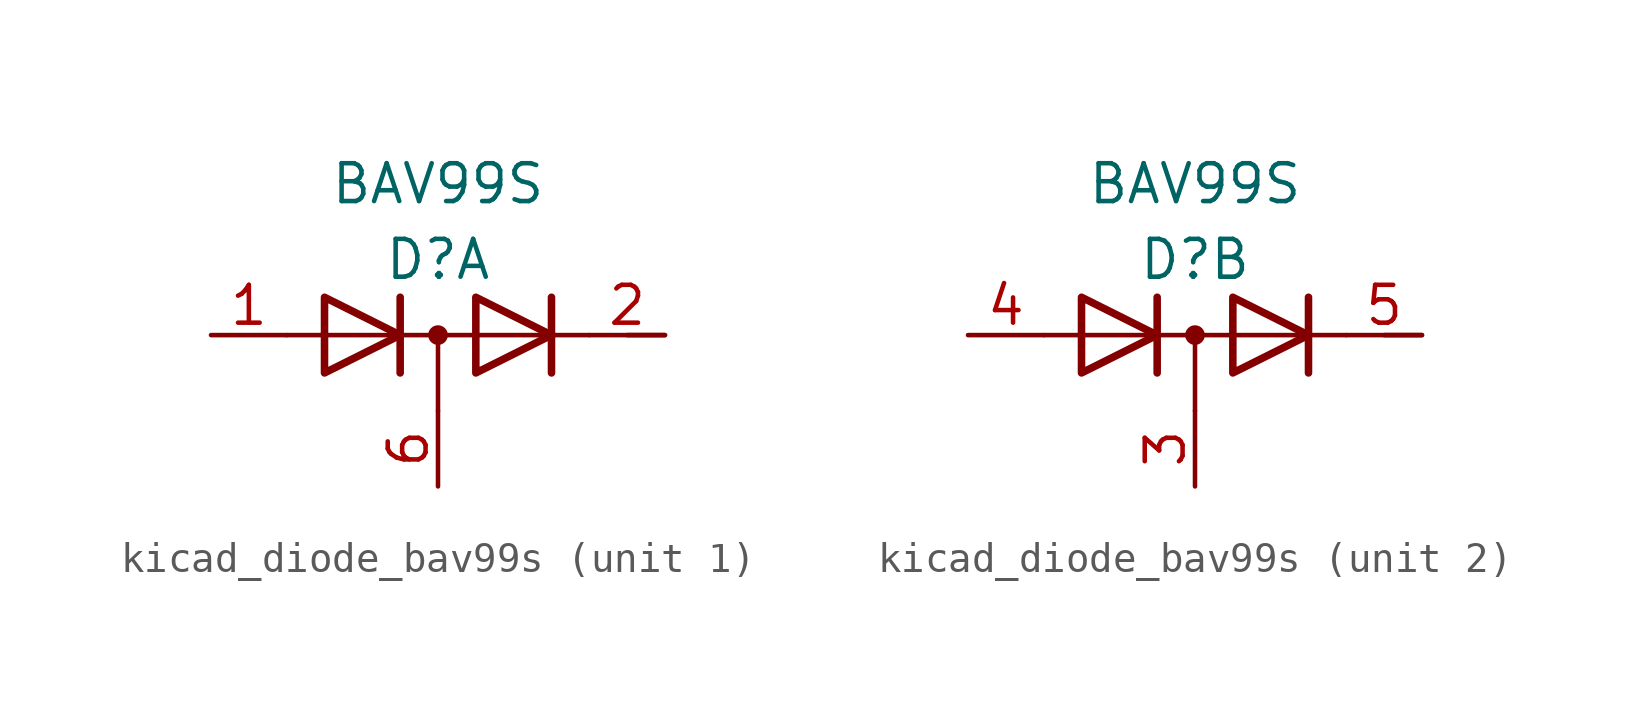
<source format=kicad_sym>
(kicad_symbol_lib
  (version 20220914)
  (generator kicad_symbol_editor)
  (symbol "kicad_diode_bav99s"
    (pin_names
      (offset 0.025) hide)
    (property "Reference" "D"
      (at 0 2.54 0)
      (effects (font (size 1.27 1.27))))
    (property "Value" "BAV99S"
      (at 0 5.08 0)
      (effects (font (size 1.27 1.27))))
    (property "ki_locked" ""
      (at 0 0 0)
      (effects (font (size 1.27 1.27))))
    (symbol "kicad_diode_bav99s_0_1"
      (polyline (pts (xy -5.08 0) (xy 5.08 0)) (stroke (width 0) (type default)) (fill (type none)))
      (polyline (pts (xy 0 0) (xy 0 -2.54)) (stroke (width 0) (type default)) (fill (type none)))
      (polyline (pts (xy -1.27 -1.27) (xy -1.27 1.27) (xy -1.27 1.27)) (stroke (width 0.254) (type default)) (fill (type none)))
      (polyline (pts (xy 3.81 1.27) (xy 3.81 -1.27) (xy 3.81 -1.27)) (stroke (width 0.254) (type default)) (fill (type none)))
      (polyline (pts (xy -3.81 1.27) (xy -1.27 0) (xy -3.81 -1.27) (xy -3.81 1.27) (xy -3.81 1.27) (xy -3.81 1.27)) (stroke (width 0.254) (type default)) (fill (type none)))
      (polyline (pts (xy 1.27 1.27) (xy 3.81 0) (xy 1.27 -1.27) (xy 1.27 1.27) (xy 1.27 1.27) (xy 1.27 1.27)) (stroke (width 0.254) (type default)) (fill (type none)))
      (circle (center 0 0) (radius 0.254) (stroke (width 0) (type default)) (fill (type outline))))
    (symbol "kicad_diode_bav99s_1_1"
      (polyline (pts (xy 6.35 0) (xy 7.62 0)) (stroke (width 0) (type default)) (fill (type none)))
      (pin passive line (at -7.62 0 0) (length 2.54) (name "A1" (effects (font (size 1.27 1.27)))) (number "1" (effects (font (size 1.27 1.27)))))
      (pin passive line (at 7.62 0 180) (length 2.54) (name "K2" (effects (font (size 1.27 1.27)))) (number "2" (effects (font (size 1.27 1.27)))))
      (pin passive line (at 0 -5.08 90) (length 2.54) (name "K3A4" (effects (font (size 1.27 1.27)))) (number "6" (effects (font (size 1.27 1.27))))))
    (symbol "kicad_diode_bav99s_2_1"
      (polyline (pts (xy 6.35 0) (xy 7.62 0)) (stroke (width 0) (type default)) (fill (type none)))
      (pin passive line (at 0 -5.08 90) (length 2.54) (name "K1A2" (effects (font (size 1.27 1.27)))) (number "3" (effects (font (size 1.27 1.27)))))
      (pin passive line (at -7.62 0 0) (length 2.54) (name "A3" (effects (font (size 1.27 1.27)))) (number "4" (effects (font (size 1.27 1.27)))))
      (pin passive line (at 7.62 0 180) (length 2.54) (name "K4" (effects (font (size 1.27 1.27)))) (number "5" (effects (font (size 1.27 1.27))))))))
</source>
